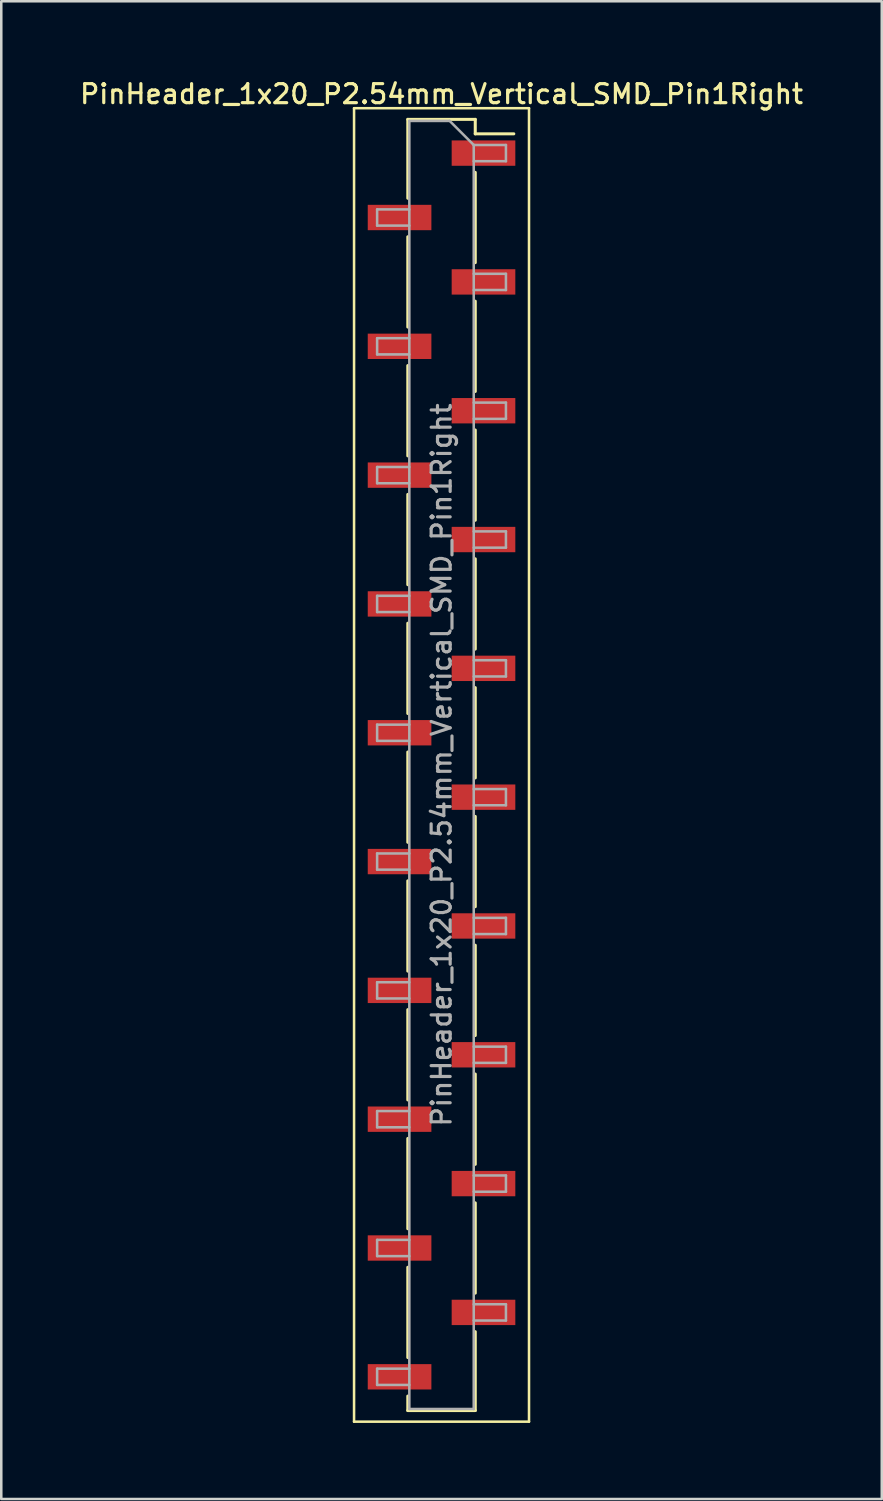
<source format=kicad_pcb>
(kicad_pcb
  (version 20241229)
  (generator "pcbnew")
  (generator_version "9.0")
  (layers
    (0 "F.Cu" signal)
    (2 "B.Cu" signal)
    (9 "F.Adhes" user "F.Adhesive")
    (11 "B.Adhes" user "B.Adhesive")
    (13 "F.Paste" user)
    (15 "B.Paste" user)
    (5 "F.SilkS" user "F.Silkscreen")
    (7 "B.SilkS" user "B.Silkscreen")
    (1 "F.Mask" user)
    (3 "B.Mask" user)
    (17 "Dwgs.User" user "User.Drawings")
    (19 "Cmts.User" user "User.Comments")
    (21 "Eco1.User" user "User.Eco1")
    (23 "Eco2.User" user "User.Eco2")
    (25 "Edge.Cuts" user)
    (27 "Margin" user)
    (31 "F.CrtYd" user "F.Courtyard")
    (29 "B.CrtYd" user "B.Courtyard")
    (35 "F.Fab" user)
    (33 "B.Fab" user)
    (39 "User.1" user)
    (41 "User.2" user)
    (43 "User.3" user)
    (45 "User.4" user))
  (footprint "PinHeader_1x20_P2.54mm_Vertical_SMD_Pin1Right"
    (layer "F.Cu")
    (at 14.363 27.118)
    (property "Reference" "PinHeader_1x20_P2.54mm_Vertical_SMD_Pin1Right" (at 0 -26.46 0) (layer "F.SilkS") (effects (font (size 0.75 0.75) (thickness 0.125))))
    (attr smd)
    (fp_line (start -3.45 -25.9) (end -3.45 25.9) (stroke (width 0.1) (type solid)) (layer "F.SilkS"))
    (fp_line (start -3.45 25.9) (end 3.45 25.9) (stroke (width 0.1) (type solid)) (layer "F.SilkS"))
    (fp_line (start -1.33 -25.46) (end -1.33 -22.35) (stroke (width 0.12) (type solid)) (layer "F.SilkS"))
    (fp_line (start -1.33 -25.46) (end 1.33 -25.46) (stroke (width 0.12) (type solid)) (layer "F.SilkS"))
    (fp_line (start -1.33 -20.83) (end -1.33 -17.27) (stroke (width 0.12) (type solid)) (layer "F.SilkS"))
    (fp_line (start -1.33 -15.75) (end -1.33 -12.19) (stroke (width 0.12) (type solid)) (layer "F.SilkS"))
    (fp_line (start -1.33 -10.67) (end -1.33 -7.11) (stroke (width 0.12) (type solid)) (layer "F.SilkS"))
    (fp_line (start -1.33 -5.59) (end -1.33 -2.03) (stroke (width 0.12) (type solid)) (layer "F.SilkS"))
    (fp_line (start -1.33 -0.51) (end -1.33 3.05) (stroke (width 0.12) (type solid)) (layer "F.SilkS"))
    (fp_line (start -1.33 4.57) (end -1.33 8.13) (stroke (width 0.12) (type solid)) (layer "F.SilkS"))
    (fp_line (start -1.33 9.65) (end -1.33 13.21) (stroke (width 0.12) (type solid)) (layer "F.SilkS"))
    (fp_line (start -1.33 14.73) (end -1.33 18.29) (stroke (width 0.12) (type solid)) (layer "F.SilkS"))
    (fp_line (start -1.33 19.81) (end -1.33 23.37) (stroke (width 0.12) (type solid)) (layer "F.SilkS"))
    (fp_line (start -1.33 24.89) (end -1.33 25.46) (stroke (width 0.12) (type solid)) (layer "F.SilkS"))
    (fp_line (start -1.33 25.46) (end 1.33 25.46) (stroke (width 0.12) (type solid)) (layer "F.SilkS"))
    (fp_line (start 1.33 -25.46) (end 1.33 -24.89) (stroke (width 0.12) (type solid)) (layer "F.SilkS"))
    (fp_line (start 1.33 -24.89) (end 2.85 -24.89) (stroke (width 0.12) (type solid)) (layer "F.SilkS"))
    (fp_line (start 1.33 -23.37) (end 1.33 -19.81) (stroke (width 0.12) (type solid)) (layer "F.SilkS"))
    (fp_line (start 1.33 -18.29) (end 1.33 -14.73) (stroke (width 0.12) (type solid)) (layer "F.SilkS"))
    (fp_line (start 1.33 -13.21) (end 1.33 -9.65) (stroke (width 0.12) (type solid)) (layer "F.SilkS"))
    (fp_line (start 1.33 -8.13) (end 1.33 -4.57) (stroke (width 0.12) (type solid)) (layer "F.SilkS"))
    (fp_line (start 1.33 -3.05) (end 1.33 0.51) (stroke (width 0.12) (type solid)) (layer "F.SilkS"))
    (fp_line (start 1.33 2.03) (end 1.33 5.59) (stroke (width 0.12) (type solid)) (layer "F.SilkS"))
    (fp_line (start 1.33 7.11) (end 1.33 10.67) (stroke (width 0.12) (type solid)) (layer "F.SilkS"))
    (fp_line (start 1.33 12.19) (end 1.33 15.75) (stroke (width 0.12) (type solid)) (layer "F.SilkS"))
    (fp_line (start 1.33 17.27) (end 1.33 20.83) (stroke (width 0.12) (type solid)) (layer "F.SilkS"))
    (fp_line (start 1.33 22.35) (end 1.33 25.46) (stroke (width 0.12) (type solid)) (layer "F.SilkS"))
    (fp_line (start 3.45 -25.9) (end -3.45 -25.9) (stroke (width 0.1) (type solid)) (layer "F.SilkS"))
    (fp_line (start 3.45 25.9) (end 3.45 -25.9) (stroke (width 0.1) (type solid)) (layer "F.SilkS"))
    (fp_line (start -2.54 -21.91) (end -2.54 -21.27) (stroke (width 0.1) (type solid)) (layer "F.Fab"))
    (fp_line (start -2.54 -21.27) (end -1.27 -21.27) (stroke (width 0.1) (type solid)) (layer "F.Fab"))
    (fp_line (start -2.54 -16.83) (end -2.54 -16.19) (stroke (width 0.1) (type solid)) (layer "F.Fab"))
    (fp_line (start -2.54 -16.19) (end -1.27 -16.19) (stroke (width 0.1) (type solid)) (layer "F.Fab"))
    (fp_line (start -2.54 -11.75) (end -2.54 -11.11) (stroke (width 0.1) (type solid)) (layer "F.Fab"))
    (fp_line (start -2.54 -11.11) (end -1.27 -11.11) (stroke (width 0.1) (type solid)) (layer "F.Fab"))
    (fp_line (start -2.54 -6.67) (end -2.54 -6.03) (stroke (width 0.1) (type solid)) (layer "F.Fab"))
    (fp_line (start -2.54 -6.03) (end -1.27 -6.03) (stroke (width 0.1) (type solid)) (layer "F.Fab"))
    (fp_line (start -2.54 -1.59) (end -2.54 -0.95) (stroke (width 0.1) (type solid)) (layer "F.Fab"))
    (fp_line (start -2.54 -0.95) (end -1.27 -0.95) (stroke (width 0.1) (type solid)) (layer "F.Fab"))
    (fp_line (start -2.54 3.49) (end -2.54 4.13) (stroke (width 0.1) (type solid)) (layer "F.Fab"))
    (fp_line (start -2.54 4.13) (end -1.27 4.13) (stroke (width 0.1) (type solid)) (layer "F.Fab"))
    (fp_line (start -2.54 8.57) (end -2.54 9.21) (stroke (width 0.1) (type solid)) (layer "F.Fab"))
    (fp_line (start -2.54 9.21) (end -1.27 9.21) (stroke (width 0.1) (type solid)) (layer "F.Fab"))
    (fp_line (start -2.54 13.65) (end -2.54 14.29) (stroke (width 0.1) (type solid)) (layer "F.Fab"))
    (fp_line (start -2.54 14.29) (end -1.27 14.29) (stroke (width 0.1) (type solid)) (layer "F.Fab"))
    (fp_line (start -2.54 18.73) (end -2.54 19.37) (stroke (width 0.1) (type solid)) (layer "F.Fab"))
    (fp_line (start -2.54 19.37) (end -1.27 19.37) (stroke (width 0.1) (type solid)) (layer "F.Fab"))
    (fp_line (start -2.54 23.81) (end -2.54 24.45) (stroke (width 0.1) (type solid)) (layer "F.Fab"))
    (fp_line (start -2.54 24.45) (end -1.27 24.45) (stroke (width 0.1) (type solid)) (layer "F.Fab"))
    (fp_line (start -1.27 -25.4) (end -1.27 25.4) (stroke (width 0.1) (type solid)) (layer "F.Fab"))
    (fp_line (start -1.27 -25.4) (end 0.32 -25.4) (stroke (width 0.1) (type solid)) (layer "F.Fab"))
    (fp_line (start -1.27 -21.91) (end -2.54 -21.91) (stroke (width 0.1) (type solid)) (layer "F.Fab"))
    (fp_line (start -1.27 -16.83) (end -2.54 -16.83) (stroke (width 0.1) (type solid)) (layer "F.Fab"))
    (fp_line (start -1.27 -11.75) (end -2.54 -11.75) (stroke (width 0.1) (type solid)) (layer "F.Fab"))
    (fp_line (start -1.27 -6.67) (end -2.54 -6.67) (stroke (width 0.1) (type solid)) (layer "F.Fab"))
    (fp_line (start -1.27 -1.59) (end -2.54 -1.59) (stroke (width 0.1) (type solid)) (layer "F.Fab"))
    (fp_line (start -1.27 3.49) (end -2.54 3.49) (stroke (width 0.1) (type solid)) (layer "F.Fab"))
    (fp_line (start -1.27 8.57) (end -2.54 8.57) (stroke (width 0.1) (type solid)) (layer "F.Fab"))
    (fp_line (start -1.27 13.65) (end -2.54 13.65) (stroke (width 0.1) (type solid)) (layer "F.Fab"))
    (fp_line (start -1.27 18.73) (end -2.54 18.73) (stroke (width 0.1) (type solid)) (layer "F.Fab"))
    (fp_line (start -1.27 23.81) (end -2.54 23.81) (stroke (width 0.1) (type solid)) (layer "F.Fab"))
    (fp_line (start 1.27 -24.45) (end 0.32 -25.4) (stroke (width 0.1) (type solid)) (layer "F.Fab"))
    (fp_line (start 1.27 -24.45) (end 2.54 -24.45) (stroke (width 0.1) (type solid)) (layer "F.Fab"))
    (fp_line (start 1.27 -19.37) (end 2.54 -19.37) (stroke (width 0.1) (type solid)) (layer "F.Fab"))
    (fp_line (start 1.27 -14.29) (end 2.54 -14.29) (stroke (width 0.1) (type solid)) (layer "F.Fab"))
    (fp_line (start 1.27 -9.21) (end 2.54 -9.21) (stroke (width 0.1) (type solid)) (layer "F.Fab"))
    (fp_line (start 1.27 -4.13) (end 2.54 -4.13) (stroke (width 0.1) (type solid)) (layer "F.Fab"))
    (fp_line (start 1.27 0.95) (end 2.54 0.95) (stroke (width 0.1) (type solid)) (layer "F.Fab"))
    (fp_line (start 1.27 6.03) (end 2.54 6.03) (stroke (width 0.1) (type solid)) (layer "F.Fab"))
    (fp_line (start 1.27 11.11) (end 2.54 11.11) (stroke (width 0.1) (type solid)) (layer "F.Fab"))
    (fp_line (start 1.27 16.19) (end 2.54 16.19) (stroke (width 0.1) (type solid)) (layer "F.Fab"))
    (fp_line (start 1.27 21.27) (end 2.54 21.27) (stroke (width 0.1) (type solid)) (layer "F.Fab"))
    (fp_line (start 1.27 25.4) (end -1.27 25.4) (stroke (width 0.1) (type solid)) (layer "F.Fab"))
    (fp_line (start 1.27 25.4) (end 1.27 -24.45) (stroke (width 0.1) (type solid)) (layer "F.Fab"))
    (fp_line (start 2.54 -24.45) (end 2.54 -23.81) (stroke (width 0.1) (type solid)) (layer "F.Fab"))
    (fp_line (start 2.54 -23.81) (end 1.27 -23.81) (stroke (width 0.1) (type solid)) (layer "F.Fab"))
    (fp_line (start 2.54 -19.37) (end 2.54 -18.73) (stroke (width 0.1) (type solid)) (layer "F.Fab"))
    (fp_line (start 2.54 -18.73) (end 1.27 -18.73) (stroke (width 0.1) (type solid)) (layer "F.Fab"))
    (fp_line (start 2.54 -14.29) (end 2.54 -13.65) (stroke (width 0.1) (type solid)) (layer "F.Fab"))
    (fp_line (start 2.54 -13.65) (end 1.27 -13.65) (stroke (width 0.1) (type solid)) (layer "F.Fab"))
    (fp_line (start 2.54 -9.21) (end 2.54 -8.57) (stroke (width 0.1) (type solid)) (layer "F.Fab"))
    (fp_line (start 2.54 -8.57) (end 1.27 -8.57) (stroke (width 0.1) (type solid)) (layer "F.Fab"))
    (fp_line (start 2.54 -4.13) (end 2.54 -3.49) (stroke (width 0.1) (type solid)) (layer "F.Fab"))
    (fp_line (start 2.54 -3.49) (end 1.27 -3.49) (stroke (width 0.1) (type solid)) (layer "F.Fab"))
    (fp_line (start 2.54 0.95) (end 2.54 1.59) (stroke (width 0.1) (type solid)) (layer "F.Fab"))
    (fp_line (start 2.54 1.59) (end 1.27 1.59) (stroke (width 0.1) (type solid)) (layer "F.Fab"))
    (fp_line (start 2.54 6.03) (end 2.54 6.67) (stroke (width 0.1) (type solid)) (layer "F.Fab"))
    (fp_line (start 2.54 6.67) (end 1.27 6.67) (stroke (width 0.1) (type solid)) (layer "F.Fab"))
    (fp_line (start 2.54 11.11) (end 2.54 11.75) (stroke (width 0.1) (type solid)) (layer "F.Fab"))
    (fp_line (start 2.54 11.75) (end 1.27 11.75) (stroke (width 0.1) (type solid)) (layer "F.Fab"))
    (fp_line (start 2.54 16.19) (end 2.54 16.83) (stroke (width 0.1) (type solid)) (layer "F.Fab"))
    (fp_line (start 2.54 16.83) (end 1.27 16.83) (stroke (width 0.1) (type solid)) (layer "F.Fab"))
    (fp_line (start 2.54 21.27) (end 2.54 21.91) (stroke (width 0.1) (type solid)) (layer "F.Fab"))
    (fp_line (start 2.54 21.91) (end 1.27 21.91) (stroke (width 0.1) (type solid)) (layer "F.Fab"))
    (fp_text user "${REFERENCE}" (at 0 0 90) (layer "F.Fab") (effects (font (size 0.75 0.75) (thickness 0.125))))
    (pad "1" smd rect (at 1.655 -24.13) (size 2.51 1) (layers "F.Cu" "F.Mask" "F.Paste"))
    (pad "2" smd rect (at -1.655 -21.59) (size 2.51 1) (layers "F.Cu" "F.Mask" "F.Paste"))
    (pad "3" smd rect (at 1.655 -19.05) (size 2.51 1) (layers "F.Cu" "F.Mask" "F.Paste"))
    (pad "4" smd rect (at -1.655 -16.51) (size 2.51 1) (layers "F.Cu" "F.Mask" "F.Paste"))
    (pad "5" smd rect (at 1.655 -13.97) (size 2.51 1) (layers "F.Cu" "F.Mask" "F.Paste"))
    (pad "6" smd rect (at -1.655 -11.43) (size 2.51 1) (layers "F.Cu" "F.Mask" "F.Paste"))
    (pad "7" smd rect (at 1.655 -8.89) (size 2.51 1) (layers "F.Cu" "F.Mask" "F.Paste"))
    (pad "8" smd rect (at -1.655 -6.35) (size 2.51 1) (layers "F.Cu" "F.Mask" "F.Paste"))
    (pad "9" smd rect (at 1.655 -3.81) (size 2.51 1) (layers "F.Cu" "F.Mask" "F.Paste"))
    (pad "10" smd rect (at -1.655 -1.27) (size 2.51 1) (layers "F.Cu" "F.Mask" "F.Paste"))
    (pad "11" smd rect (at 1.655 1.27) (size 2.51 1) (layers "F.Cu" "F.Mask" "F.Paste"))
    (pad "12" smd rect (at -1.655 3.81) (size 2.51 1) (layers "F.Cu" "F.Mask" "F.Paste"))
    (pad "13" smd rect (at 1.655 6.35) (size 2.51 1) (layers "F.Cu" "F.Mask" "F.Paste"))
    (pad "14" smd rect (at -1.655 8.89) (size 2.51 1) (layers "F.Cu" "F.Mask" "F.Paste"))
    (pad "15" smd rect (at 1.655 11.43) (size 2.51 1) (layers "F.Cu" "F.Mask" "F.Paste"))
    (pad "16" smd rect (at -1.655 13.97) (size 2.51 1) (layers "F.Cu" "F.Mask" "F.Paste"))
    (pad "17" smd rect (at 1.655 16.51) (size 2.51 1) (layers "F.Cu" "F.Mask" "F.Paste"))
    (pad "18" smd rect (at -1.655 19.05) (size 2.51 1) (layers "F.Cu" "F.Mask" "F.Paste"))
    (pad "19" smd rect (at 1.655 21.59) (size 2.51 1) (layers "F.Cu" "F.Mask" "F.Paste"))
    (pad "20" smd rect (at -1.655 24.13) (size 2.51 1) (layers "F.Cu" "F.Mask" "F.Paste")))
  (gr_rect
    (start -3 -3)
    (end 31.725 56.068)
    (stroke (width 0.1) (type default))
    (fill no)
    (layer "Edge.Cuts")))
</source>
